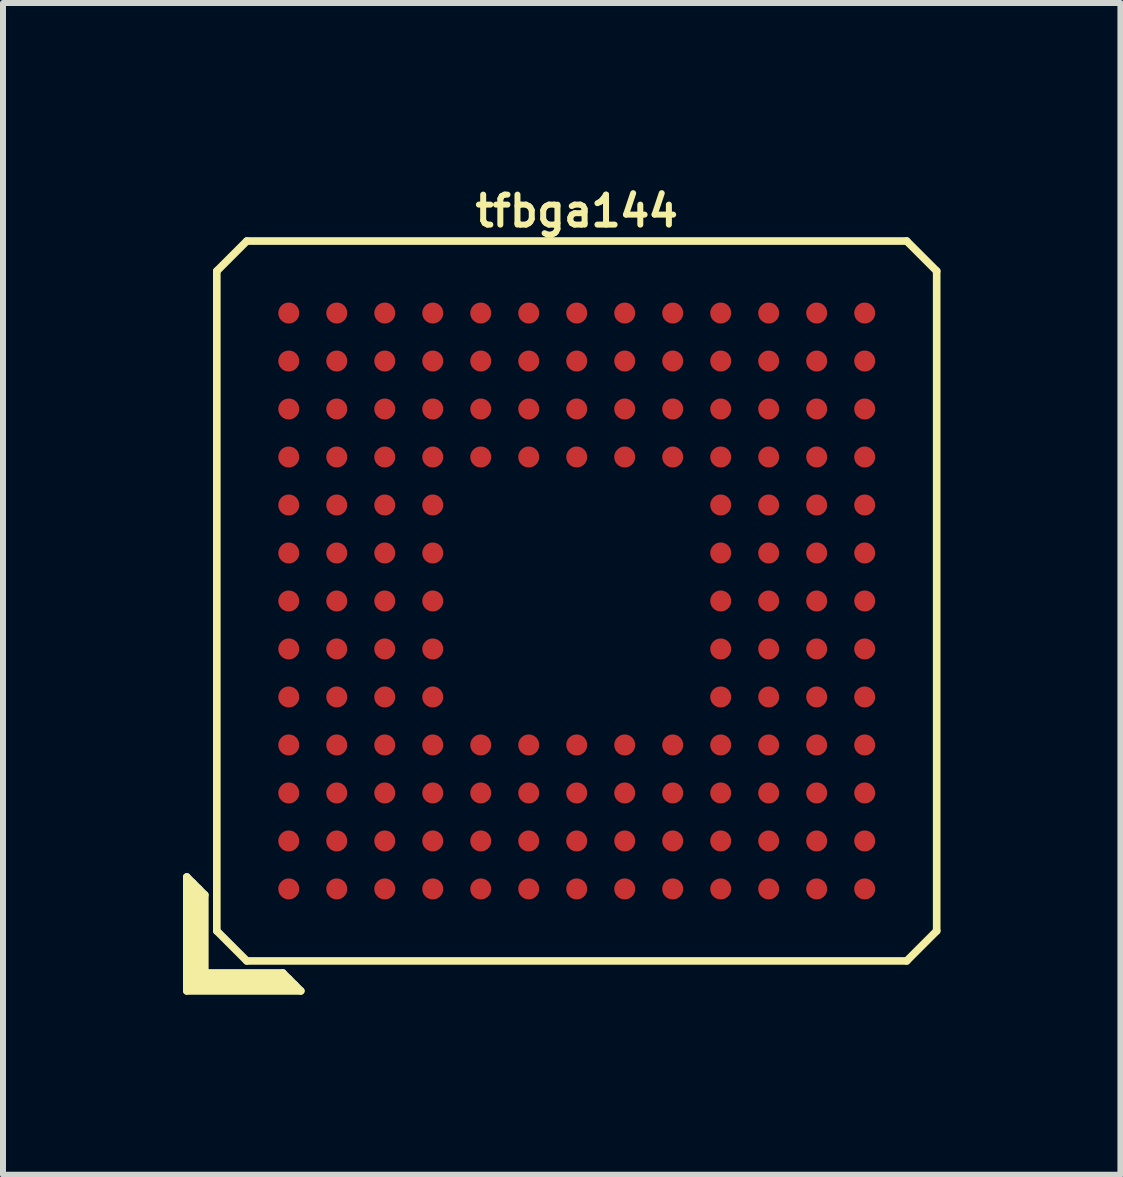
<source format=kicad_pcb>
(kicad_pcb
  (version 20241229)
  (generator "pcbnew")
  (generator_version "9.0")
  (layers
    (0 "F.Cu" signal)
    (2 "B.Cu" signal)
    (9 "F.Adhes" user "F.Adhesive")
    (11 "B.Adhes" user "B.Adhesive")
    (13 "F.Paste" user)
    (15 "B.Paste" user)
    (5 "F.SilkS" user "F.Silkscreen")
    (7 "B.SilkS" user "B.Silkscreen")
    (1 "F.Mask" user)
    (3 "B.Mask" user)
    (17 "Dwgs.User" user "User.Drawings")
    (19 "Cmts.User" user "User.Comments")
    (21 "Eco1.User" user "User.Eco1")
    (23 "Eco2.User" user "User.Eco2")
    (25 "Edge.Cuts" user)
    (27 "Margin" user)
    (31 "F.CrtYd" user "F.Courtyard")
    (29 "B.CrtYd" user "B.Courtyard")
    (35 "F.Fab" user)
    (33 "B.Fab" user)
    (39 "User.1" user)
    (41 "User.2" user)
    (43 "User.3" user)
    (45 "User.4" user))
  (footprint "tfbga144"
    (layer "F.Cu")
    (at 6.564 6.968)
    (property "Reference" "tfbga144" (at 0 -6.5 0) (layer "F.SilkS") (effects (font (size 0.5 0.5) (thickness 0.1))))
    (attr smd)
    (fp_line (start -6.5 4.6) (end -6.2 4.9) (stroke (width 0.127) (type solid)) (layer "F.SilkS"))
    (fp_line (start -6.5 6.5) (end -6.5 4.6) (stroke (width 0.127) (type solid)) (layer "F.SilkS"))
    (fp_line (start -6.4 6.4) (end -6.4 4.7) (stroke (width 0.127) (type solid)) (layer "F.SilkS"))
    (fp_line (start -6.3 4.8) (end -6.3 6.3) (stroke (width 0.127) (type solid)) (layer "F.SilkS"))
    (fp_line (start -6.3 6.3) (end -4.8 6.3) (stroke (width 0.127) (type solid)) (layer "F.SilkS"))
    (fp_line (start -6.2 4.9) (end -6.2 6.2) (stroke (width 0.127) (type solid)) (layer "F.SilkS"))
    (fp_line (start -6.2 6.2) (end -4.9 6.2) (stroke (width 0.127) (type solid)) (layer "F.SilkS"))
    (fp_line (start -6 -5.5) (end -5.5 -6) (stroke (width 0.127) (type solid)) (layer "F.SilkS"))
    (fp_line (start -6 5.5) (end -6 -5.5) (stroke (width 0.127) (type solid)) (layer "F.SilkS"))
    (fp_line (start -5.5 -6) (end 5.5 -6) (stroke (width 0.127) (type solid)) (layer "F.SilkS"))
    (fp_line (start -5.5 6) (end -6 5.5) (stroke (width 0.127) (type solid)) (layer "F.SilkS"))
    (fp_line (start -4.9 6.2) (end -4.6 6.5) (stroke (width 0.127) (type solid)) (layer "F.SilkS"))
    (fp_line (start -4.7 6.4) (end -6.4 6.4) (stroke (width 0.127) (type solid)) (layer "F.SilkS"))
    (fp_line (start -4.6 6.5) (end -6.5 6.5) (stroke (width 0.127) (type solid)) (layer "F.SilkS"))
    (fp_line (start 5.5 -6) (end 6 -5.5) (stroke (width 0.127) (type solid)) (layer "F.SilkS"))
    (fp_line (start 5.5 6) (end -5.5 6) (stroke (width 0.127) (type solid)) (layer "F.SilkS"))
    (fp_line (start 6 -5.5) (end 6 5.5) (stroke (width 0.127) (type solid)) (layer "F.SilkS"))
    (fp_line (start 6 5.5) (end 5.5 6) (stroke (width 0.127) (type solid)) (layer "F.SilkS"))
    (pad "A1" smd circle (at -4.8 4.8) (size 0.35 0.35) (layers "F.Cu" "F.Mask" "F.Paste"))
    (pad "A2" smd circle (at -4 4.8) (size 0.35 0.35) (layers "F.Cu" "F.Mask" "F.Paste"))
    (pad "A3" smd circle (at -3.2 4.8) (size 0.35 0.35) (layers "F.Cu" "F.Mask" "F.Paste"))
    (pad "A4" smd circle (at -2.4 4.8) (size 0.35 0.35) (layers "F.Cu" "F.Mask" "F.Paste"))
    (pad "A5" smd circle (at -1.6 4.8) (size 0.35 0.35) (layers "F.Cu" "F.Mask" "F.Paste"))
    (pad "A6" smd circle (at -0.8 4.8) (size 0.35 0.35) (layers "F.Cu" "F.Mask" "F.Paste"))
    (pad "A7" smd circle (at 0 4.8) (size 0.35 0.35) (layers "F.Cu" "F.Mask" "F.Paste"))
    (pad "A8" smd circle (at 0.8 4.8) (size 0.35 0.35) (layers "F.Cu" "F.Mask" "F.Paste"))
    (pad "A9" smd circle (at 1.6 4.8) (size 0.35 0.35) (layers "F.Cu" "F.Mask" "F.Paste"))
    (pad "A10" smd circle (at 2.4 4.8) (size 0.35 0.35) (layers "F.Cu" "F.Mask" "F.Paste"))
    (pad "A11" smd circle (at 3.2 4.8) (size 0.35 0.35) (layers "F.Cu" "F.Mask" "F.Paste"))
    (pad "A12" smd circle (at 4 4.8) (size 0.35 0.35) (layers "F.Cu" "F.Mask" "F.Paste"))
    (pad "A13" smd circle (at 4.8 4.8) (size 0.35 0.35) (layers "F.Cu" "F.Mask" "F.Paste"))
    (pad "B1" smd circle (at -4.8 4) (size 0.35 0.35) (layers "F.Cu" "F.Mask" "F.Paste"))
    (pad "B2" smd circle (at -4 4) (size 0.35 0.35) (layers "F.Cu" "F.Mask" "F.Paste"))
    (pad "B3" smd circle (at -3.2 4) (size 0.35 0.35) (layers "F.Cu" "F.Mask" "F.Paste"))
    (pad "B4" smd circle (at -2.4 4) (size 0.35 0.35) (layers "F.Cu" "F.Mask" "F.Paste"))
    (pad "B5" smd circle (at -1.6 4) (size 0.35 0.35) (layers "F.Cu" "F.Mask" "F.Paste"))
    (pad "B6" smd circle (at -0.8 4) (size 0.35 0.35) (layers "F.Cu" "F.Mask" "F.Paste"))
    (pad "B7" smd circle (at 0 4) (size 0.35 0.35) (layers "F.Cu" "F.Mask" "F.Paste"))
    (pad "B8" smd circle (at 0.8 4) (size 0.35 0.35) (layers "F.Cu" "F.Mask" "F.Paste"))
    (pad "B9" smd circle (at 1.6 4) (size 0.35 0.35) (layers "F.Cu" "F.Mask" "F.Paste"))
    (pad "B10" smd circle (at 2.4 4) (size 0.35 0.35) (layers "F.Cu" "F.Mask" "F.Paste"))
    (pad "B11" smd circle (at 3.2 4) (size 0.35 0.35) (layers "F.Cu" "F.Mask" "F.Paste"))
    (pad "B12" smd circle (at 4 4) (size 0.35 0.35) (layers "F.Cu" "F.Mask" "F.Paste"))
    (pad "B13" smd circle (at 4.8 4) (size 0.35 0.35) (layers "F.Cu" "F.Mask" "F.Paste"))
    (pad "C1" smd circle (at -4.8 3.2) (size 0.35 0.35) (layers "F.Cu" "F.Mask" "F.Paste"))
    (pad "C2" smd circle (at -4 3.2) (size 0.35 0.35) (layers "F.Cu" "F.Mask" "F.Paste"))
    (pad "C3" smd circle (at -3.2 3.2) (size 0.35 0.35) (layers "F.Cu" "F.Mask" "F.Paste"))
    (pad "C4" smd circle (at -2.4 3.2) (size 0.35 0.35) (layers "F.Cu" "F.Mask" "F.Paste"))
    (pad "C5" smd circle (at -1.6 3.2) (size 0.35 0.35) (layers "F.Cu" "F.Mask" "F.Paste"))
    (pad "C6" smd circle (at -0.8 3.2) (size 0.35 0.35) (layers "F.Cu" "F.Mask" "F.Paste"))
    (pad "C7" smd circle (at 0 3.2) (size 0.35 0.35) (layers "F.Cu" "F.Mask" "F.Paste"))
    (pad "C8" smd circle (at 0.8 3.2) (size 0.35 0.35) (layers "F.Cu" "F.Mask" "F.Paste"))
    (pad "C9" smd circle (at 1.6 3.2) (size 0.35 0.35) (layers "F.Cu" "F.Mask" "F.Paste"))
    (pad "C10" smd circle (at 2.4 3.2) (size 0.35 0.35) (layers "F.Cu" "F.Mask" "F.Paste"))
    (pad "C11" smd circle (at 3.2 3.2) (size 0.35 0.35) (layers "F.Cu" "F.Mask" "F.Paste"))
    (pad "C12" smd circle (at 4 3.2) (size 0.35 0.35) (layers "F.Cu" "F.Mask" "F.Paste"))
    (pad "C13" smd circle (at 4.8 3.2) (size 0.35 0.35) (layers "F.Cu" "F.Mask" "F.Paste"))
    (pad "D1" smd circle (at -4.8 2.4) (size 0.35 0.35) (layers "F.Cu" "F.Mask" "F.Paste"))
    (pad "D2" smd circle (at -4 2.4) (size 0.35 0.35) (layers "F.Cu" "F.Mask" "F.Paste"))
    (pad "D3" smd circle (at -3.2 2.4) (size 0.35 0.35) (layers "F.Cu" "F.Mask" "F.Paste"))
    (pad "D4" smd circle (at -2.4 2.4) (size 0.35 0.35) (layers "F.Cu" "F.Mask" "F.Paste"))
    (pad "D5" smd circle (at -1.6 2.4) (size 0.35 0.35) (layers "F.Cu" "F.Mask" "F.Paste"))
    (pad "D6" smd circle (at -0.8 2.4) (size 0.35 0.35) (layers "F.Cu" "F.Mask" "F.Paste"))
    (pad "D7" smd circle (at 0 2.4) (size 0.35 0.35) (layers "F.Cu" "F.Mask" "F.Paste"))
    (pad "D8" smd circle (at 0.8 2.4) (size 0.35 0.35) (layers "F.Cu" "F.Mask" "F.Paste"))
    (pad "D9" smd circle (at 1.6 2.4) (size 0.35 0.35) (layers "F.Cu" "F.Mask" "F.Paste"))
    (pad "D10" smd circle (at 2.4 2.4) (size 0.35 0.35) (layers "F.Cu" "F.Mask" "F.Paste"))
    (pad "D11" smd circle (at 3.2 2.4) (size 0.35 0.35) (layers "F.Cu" "F.Mask" "F.Paste"))
    (pad "D12" smd circle (at 4 2.4) (size 0.35 0.35) (layers "F.Cu" "F.Mask" "F.Paste"))
    (pad "D13" smd circle (at 4.8 2.4) (size 0.35 0.35) (layers "F.Cu" "F.Mask" "F.Paste"))
    (pad "E1" smd circle (at -4.8 1.6) (size 0.35 0.35) (layers "F.Cu" "F.Mask" "F.Paste"))
    (pad "E2" smd circle (at -4 1.6) (size 0.35 0.35) (layers "F.Cu" "F.Mask" "F.Paste"))
    (pad "E3" smd circle (at -3.2 1.6) (size 0.35 0.35) (layers "F.Cu" "F.Mask" "F.Paste"))
    (pad "E4" smd circle (at -2.4 1.6) (size 0.35 0.35) (layers "F.Cu" "F.Mask" "F.Paste"))
    (pad "E10" smd circle (at 2.4 1.6) (size 0.35 0.35) (layers "F.Cu" "F.Mask" "F.Paste"))
    (pad "E11" smd circle (at 3.2 1.6) (size 0.35 0.35) (layers "F.Cu" "F.Mask" "F.Paste"))
    (pad "E12" smd circle (at 4 1.6) (size 0.35 0.35) (layers "F.Cu" "F.Mask" "F.Paste"))
    (pad "E13" smd circle (at 4.8 1.6) (size 0.35 0.35) (layers "F.Cu" "F.Mask" "F.Paste"))
    (pad "F1" smd circle (at -4.8 0.8) (size 0.35 0.35) (layers "F.Cu" "F.Mask" "F.Paste"))
    (pad "F2" smd circle (at -4 0.8) (size 0.35 0.35) (layers "F.Cu" "F.Mask" "F.Paste"))
    (pad "F3" smd circle (at -3.2 0.8) (size 0.35 0.35) (layers "F.Cu" "F.Mask" "F.Paste"))
    (pad "F4" smd circle (at -2.4 0.8) (size 0.35 0.35) (layers "F.Cu" "F.Mask" "F.Paste"))
    (pad "F10" smd circle (at 2.4 0.8) (size 0.35 0.35) (layers "F.Cu" "F.Mask" "F.Paste"))
    (pad "F11" smd circle (at 3.2 0.8) (size 0.35 0.35) (layers "F.Cu" "F.Mask" "F.Paste"))
    (pad "F12" smd circle (at 4 0.8) (size 0.35 0.35) (layers "F.Cu" "F.Mask" "F.Paste"))
    (pad "F13" smd circle (at 4.8 0.8) (size 0.35 0.35) (layers "F.Cu" "F.Mask" "F.Paste"))
    (pad "G1" smd circle (at -4.8 0) (size 0.35 0.35) (layers "F.Cu" "F.Mask" "F.Paste"))
    (pad "G2" smd circle (at -4 0) (size 0.35 0.35) (layers "F.Cu" "F.Mask" "F.Paste"))
    (pad "G3" smd circle (at -3.2 0) (size 0.35 0.35) (layers "F.Cu" "F.Mask" "F.Paste"))
    (pad "G4" smd circle (at -2.4 0) (size 0.35 0.35) (layers "F.Cu" "F.Mask" "F.Paste"))
    (pad "G10" smd circle (at 2.4 0) (size 0.35 0.35) (layers "F.Cu" "F.Mask" "F.Paste"))
    (pad "G11" smd circle (at 3.2 0) (size 0.35 0.35) (layers "F.Cu" "F.Mask" "F.Paste"))
    (pad "G12" smd circle (at 4 0) (size 0.35 0.35) (layers "F.Cu" "F.Mask" "F.Paste"))
    (pad "G13" smd circle (at 4.8 0) (size 0.35 0.35) (layers "F.Cu" "F.Mask" "F.Paste"))
    (pad "H1" smd circle (at -4.8 -0.8) (size 0.35 0.35) (layers "F.Cu" "F.Mask" "F.Paste"))
    (pad "H2" smd circle (at -4 -0.8) (size 0.35 0.35) (layers "F.Cu" "F.Mask" "F.Paste"))
    (pad "H3" smd circle (at -3.2 -0.8) (size 0.35 0.35) (layers "F.Cu" "F.Mask" "F.Paste"))
    (pad "H4" smd circle (at -2.4 -0.8) (size 0.35 0.35) (layers "F.Cu" "F.Mask" "F.Paste"))
    (pad "H10" smd circle (at 2.4 -0.8) (size 0.35 0.35) (layers "F.Cu" "F.Mask" "F.Paste"))
    (pad "H11" smd circle (at 3.2 -0.8) (size 0.35 0.35) (layers "F.Cu" "F.Mask" "F.Paste"))
    (pad "H12" smd circle (at 4 -0.8) (size 0.35 0.35) (layers "F.Cu" "F.Mask" "F.Paste"))
    (pad "H13" smd circle (at 4.8 -0.8) (size 0.35 0.35) (layers "F.Cu" "F.Mask" "F.Paste"))
    (pad "J1" smd circle (at -4.8 -1.6) (size 0.35 0.35) (layers "F.Cu" "F.Mask" "F.Paste"))
    (pad "J2" smd circle (at -4 -1.6) (size 0.35 0.35) (layers "F.Cu" "F.Mask" "F.Paste"))
    (pad "J3" smd circle (at -3.2 -1.6) (size 0.35 0.35) (layers "F.Cu" "F.Mask" "F.Paste"))
    (pad "J4" smd circle (at -2.4 -1.6) (size 0.35 0.35) (layers "F.Cu" "F.Mask" "F.Paste"))
    (pad "J10" smd circle (at 2.4 -1.6) (size 0.35 0.35) (layers "F.Cu" "F.Mask" "F.Paste"))
    (pad "J11" smd circle (at 3.2 -1.6) (size 0.35 0.35) (layers "F.Cu" "F.Mask" "F.Paste"))
    (pad "J12" smd circle (at 4 -1.6) (size 0.35 0.35) (layers "F.Cu" "F.Mask" "F.Paste"))
    (pad "J13" smd circle (at 4.8 -1.6) (size 0.35 0.35) (layers "F.Cu" "F.Mask" "F.Paste"))
    (pad "K1" smd circle (at -4.8 -2.4) (size 0.35 0.35) (layers "F.Cu" "F.Mask" "F.Paste"))
    (pad "K2" smd circle (at -4 -2.4) (size 0.35 0.35) (layers "F.Cu" "F.Mask" "F.Paste"))
    (pad "K3" smd circle (at -3.2 -2.4) (size 0.35 0.35) (layers "F.Cu" "F.Mask" "F.Paste"))
    (pad "K4" smd circle (at -2.4 -2.4) (size 0.35 0.35) (layers "F.Cu" "F.Mask" "F.Paste"))
    (pad "K5" smd circle (at -1.6 -2.4) (size 0.35 0.35) (layers "F.Cu" "F.Mask" "F.Paste"))
    (pad "K6" smd circle (at -0.8 -2.4) (size 0.35 0.35) (layers "F.Cu" "F.Mask" "F.Paste"))
    (pad "K7" smd circle (at 0 -2.4) (size 0.35 0.35) (layers "F.Cu" "F.Mask" "F.Paste"))
    (pad "K8" smd circle (at 0.8 -2.4) (size 0.35 0.35) (layers "F.Cu" "F.Mask" "F.Paste"))
    (pad "K9" smd circle (at 1.6 -2.4) (size 0.35 0.35) (layers "F.Cu" "F.Mask" "F.Paste"))
    (pad "K10" smd circle (at 2.4 -2.4) (size 0.35 0.35) (layers "F.Cu" "F.Mask" "F.Paste"))
    (pad "K11" smd circle (at 3.2 -2.4) (size 0.35 0.35) (layers "F.Cu" "F.Mask" "F.Paste"))
    (pad "K12" smd circle (at 4 -2.4) (size 0.35 0.35) (layers "F.Cu" "F.Mask" "F.Paste"))
    (pad "K13" smd circle (at 4.8 -2.4) (size 0.35 0.35) (layers "F.Cu" "F.Mask" "F.Paste"))
    (pad "L1" smd circle (at -4.8 -3.2) (size 0.35 0.35) (layers "F.Cu" "F.Mask" "F.Paste"))
    (pad "L2" smd circle (at -4 -3.2) (size 0.35 0.35) (layers "F.Cu" "F.Mask" "F.Paste"))
    (pad "L3" smd circle (at -3.2 -3.2) (size 0.35 0.35) (layers "F.Cu" "F.Mask" "F.Paste"))
    (pad "L4" smd circle (at -2.4 -3.2) (size 0.35 0.35) (layers "F.Cu" "F.Mask" "F.Paste"))
    (pad "L5" smd circle (at -1.6 -3.2) (size 0.35 0.35) (layers "F.Cu" "F.Mask" "F.Paste"))
    (pad "L6" smd circle (at -0.8 -3.2) (size 0.35 0.35) (layers "F.Cu" "F.Mask" "F.Paste"))
    (pad "L7" smd circle (at 0 -3.2) (size 0.35 0.35) (layers "F.Cu" "F.Mask" "F.Paste"))
    (pad "L8" smd circle (at 0.8 -3.2) (size 0.35 0.35) (layers "F.Cu" "F.Mask" "F.Paste"))
    (pad "L9" smd circle (at 1.6 -3.2) (size 0.35 0.35) (layers "F.Cu" "F.Mask" "F.Paste"))
    (pad "L10" smd circle (at 2.4 -3.2) (size 0.35 0.35) (layers "F.Cu" "F.Mask" "F.Paste"))
    (pad "L11" smd circle (at 3.2 -3.2) (size 0.35 0.35) (layers "F.Cu" "F.Mask" "F.Paste"))
    (pad "L12" smd circle (at 4 -3.2) (size 0.35 0.35) (layers "F.Cu" "F.Mask" "F.Paste"))
    (pad "L13" smd circle (at 4.8 -3.2) (size 0.35 0.35) (layers "F.Cu" "F.Mask" "F.Paste"))
    (pad "M1" smd circle (at -4.8 -4) (size 0.35 0.35) (layers "F.Cu" "F.Mask" "F.Paste"))
    (pad "M2" smd circle (at -4 -4) (size 0.35 0.35) (layers "F.Cu" "F.Mask" "F.Paste"))
    (pad "M3" smd circle (at -3.2 -4) (size 0.35 0.35) (layers "F.Cu" "F.Mask" "F.Paste"))
    (pad "M4" smd circle (at -2.4 -4) (size 0.35 0.35) (layers "F.Cu" "F.Mask" "F.Paste"))
    (pad "M5" smd circle (at -1.6 -4) (size 0.35 0.35) (layers "F.Cu" "F.Mask" "F.Paste"))
    (pad "M6" smd circle (at -0.8 -4) (size 0.35 0.35) (layers "F.Cu" "F.Mask" "F.Paste"))
    (pad "M7" smd circle (at 0 -4) (size 0.35 0.35) (layers "F.Cu" "F.Mask" "F.Paste"))
    (pad "M8" smd circle (at 0.8 -4) (size 0.35 0.35) (layers "F.Cu" "F.Mask" "F.Paste"))
    (pad "M9" smd circle (at 1.6 -4) (size 0.35 0.35) (layers "F.Cu" "F.Mask" "F.Paste"))
    (pad "M10" smd circle (at 2.4 -4) (size 0.35 0.35) (layers "F.Cu" "F.Mask" "F.Paste"))
    (pad "M11" smd circle (at 3.2 -4) (size 0.35 0.35) (layers "F.Cu" "F.Mask" "F.Paste"))
    (pad "M12" smd circle (at 4 -4) (size 0.35 0.35) (layers "F.Cu" "F.Mask" "F.Paste"))
    (pad "M13" smd circle (at 4.8 -4) (size 0.35 0.35) (layers "F.Cu" "F.Mask" "F.Paste"))
    (pad "N1" smd circle (at -4.8 -4.8) (size 0.35 0.35) (layers "F.Cu" "F.Mask" "F.Paste"))
    (pad "N2" smd circle (at -4 -4.8) (size 0.35 0.35) (layers "F.Cu" "F.Mask" "F.Paste"))
    (pad "N3" smd circle (at -3.2 -4.8) (size 0.35 0.35) (layers "F.Cu" "F.Mask" "F.Paste"))
    (pad "N4" smd circle (at -2.4 -4.8) (size 0.35 0.35) (layers "F.Cu" "F.Mask" "F.Paste"))
    (pad "N5" smd circle (at -1.6 -4.8) (size 0.35 0.35) (layers "F.Cu" "F.Mask" "F.Paste"))
    (pad "N6" smd circle (at -0.8 -4.8) (size 0.35 0.35) (layers "F.Cu" "F.Mask" "F.Paste"))
    (pad "N7" smd circle (at 0 -4.8) (size 0.35 0.35) (layers "F.Cu" "F.Mask" "F.Paste"))
    (pad "N8" smd circle (at 0.8 -4.8) (size 0.35 0.35) (layers "F.Cu" "F.Mask" "F.Paste"))
    (pad "N9" smd circle (at 1.6 -4.8) (size 0.35 0.35) (layers "F.Cu" "F.Mask" "F.Paste"))
    (pad "N10" smd circle (at 2.4 -4.8) (size 0.35 0.35) (layers "F.Cu" "F.Mask" "F.Paste"))
    (pad "N11" smd circle (at 3.2 -4.8) (size 0.35 0.35) (layers "F.Cu" "F.Mask" "F.Paste"))
    (pad "N12" smd circle (at 4 -4.8) (size 0.35 0.35) (layers "F.Cu" "F.Mask" "F.Paste"))
    (pad "N13" smd circle (at 4.8 -4.8) (size 0.35 0.35) (layers "F.Cu" "F.Mask" "F.Paste")))
  (gr_rect
    (start -3 -3)
    (end 15.627 16.532)
    (stroke (width 0.1) (type default))
    (fill no)
    (layer "Edge.Cuts")))
</source>
